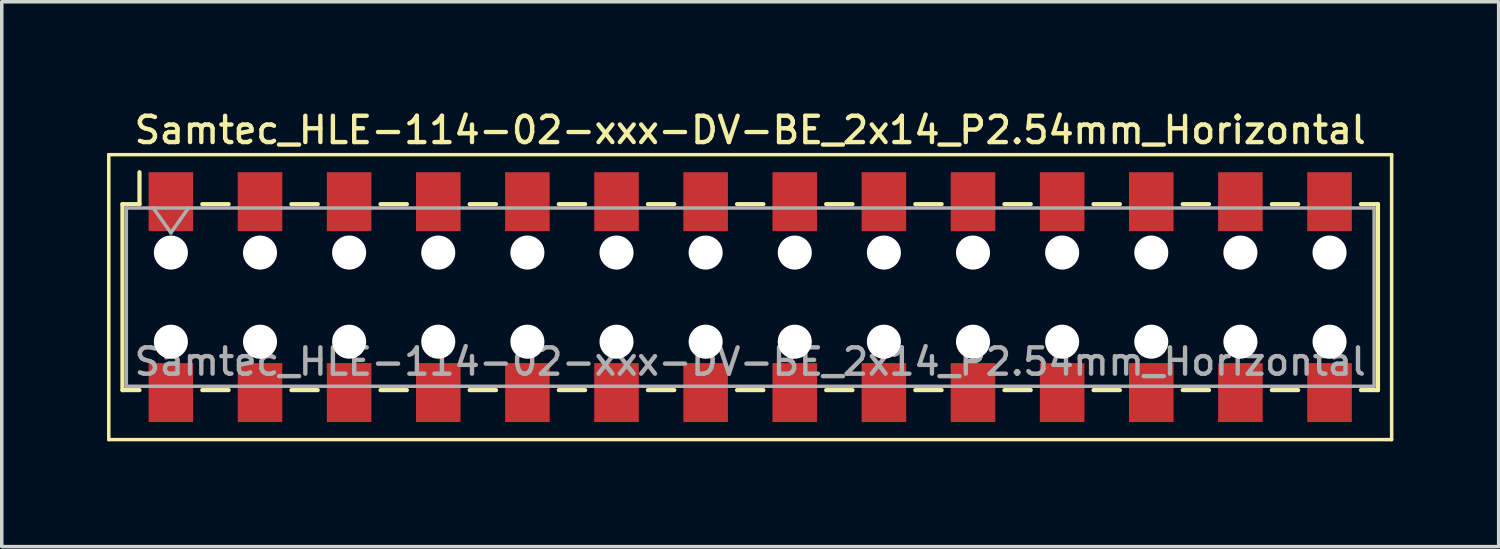
<source format=kicad_pcb>
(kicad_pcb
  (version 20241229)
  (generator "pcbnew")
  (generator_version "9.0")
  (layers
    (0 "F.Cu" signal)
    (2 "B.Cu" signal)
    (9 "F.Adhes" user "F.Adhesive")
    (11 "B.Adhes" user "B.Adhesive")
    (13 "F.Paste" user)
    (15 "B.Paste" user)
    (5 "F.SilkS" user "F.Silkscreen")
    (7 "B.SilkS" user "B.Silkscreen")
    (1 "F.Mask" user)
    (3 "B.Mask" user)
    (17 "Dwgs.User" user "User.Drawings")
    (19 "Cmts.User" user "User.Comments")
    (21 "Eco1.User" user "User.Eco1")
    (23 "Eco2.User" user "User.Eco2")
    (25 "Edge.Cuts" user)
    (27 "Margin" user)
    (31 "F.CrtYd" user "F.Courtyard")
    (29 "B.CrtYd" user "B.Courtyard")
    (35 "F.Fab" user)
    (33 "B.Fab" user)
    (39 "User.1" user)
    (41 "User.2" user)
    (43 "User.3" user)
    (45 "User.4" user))
  (footprint "Samtec_HLE-114-02-xxx-DV-BE_2x14_P2.54mm_Horizontal"
    (layer "F.Cu")
    (at 18.33 5.418)
    (property "Reference" "Samtec_HLE-114-02-xxx-DV-BE_2x14_P2.54mm_Horizontal" (at 0 -4.76 0) (layer "F.SilkS") (effects (font (size 0.75 0.75) (thickness 0.125))))
    (attr smd)
    (fp_line (start -18.28 -4.06) (end 18.28 -4.06) (stroke (width 0.1) (type solid)) (layer "F.SilkS"))
    (fp_line (start -18.28 4.06) (end -18.28 -4.06) (stroke (width 0.1) (type solid)) (layer "F.SilkS"))
    (fp_line (start -17.89 -2.65) (end -17.89 2.65) (stroke (width 0.12) (type solid)) (layer "F.SilkS"))
    (fp_line (start -17.89 2.65) (end -17.405 2.65) (stroke (width 0.12) (type solid)) (layer "F.SilkS"))
    (fp_line (start -17.405 -3.56) (end -17.405 -2.65) (stroke (width 0.12) (type solid)) (layer "F.SilkS"))
    (fp_line (start -17.405 -2.65) (end -17.89 -2.65) (stroke (width 0.12) (type solid)) (layer "F.SilkS"))
    (fp_line (start -15.615 -2.65) (end -14.865 -2.65) (stroke (width 0.12) (type solid)) (layer "F.SilkS"))
    (fp_line (start -15.615 2.65) (end -14.865 2.65) (stroke (width 0.12) (type solid)) (layer "F.SilkS"))
    (fp_line (start -13.075 -2.65) (end -12.325 -2.65) (stroke (width 0.12) (type solid)) (layer "F.SilkS"))
    (fp_line (start -13.075 2.65) (end -12.325 2.65) (stroke (width 0.12) (type solid)) (layer "F.SilkS"))
    (fp_line (start -10.535 -2.65) (end -9.785 -2.65) (stroke (width 0.12) (type solid)) (layer "F.SilkS"))
    (fp_line (start -10.535 2.65) (end -9.785 2.65) (stroke (width 0.12) (type solid)) (layer "F.SilkS"))
    (fp_line (start -7.995 -2.65) (end -7.245 -2.65) (stroke (width 0.12) (type solid)) (layer "F.SilkS"))
    (fp_line (start -7.995 2.65) (end -7.245 2.65) (stroke (width 0.12) (type solid)) (layer "F.SilkS"))
    (fp_line (start -5.455 -2.65) (end -4.705 -2.65) (stroke (width 0.12) (type solid)) (layer "F.SilkS"))
    (fp_line (start -5.455 2.65) (end -4.705 2.65) (stroke (width 0.12) (type solid)) (layer "F.SilkS"))
    (fp_line (start -2.915 -2.65) (end -2.165 -2.65) (stroke (width 0.12) (type solid)) (layer "F.SilkS"))
    (fp_line (start -2.915 2.65) (end -2.165 2.65) (stroke (width 0.12) (type solid)) (layer "F.SilkS"))
    (fp_line (start -0.375 -2.65) (end 0.375 -2.65) (stroke (width 0.12) (type solid)) (layer "F.SilkS"))
    (fp_line (start -0.375 2.65) (end 0.375 2.65) (stroke (width 0.12) (type solid)) (layer "F.SilkS"))
    (fp_line (start 2.165 -2.65) (end 2.915 -2.65) (stroke (width 0.12) (type solid)) (layer "F.SilkS"))
    (fp_line (start 2.165 2.65) (end 2.915 2.65) (stroke (width 0.12) (type solid)) (layer "F.SilkS"))
    (fp_line (start 4.705 -2.65) (end 5.455 -2.65) (stroke (width 0.12) (type solid)) (layer "F.SilkS"))
    (fp_line (start 4.705 2.65) (end 5.455 2.65) (stroke (width 0.12) (type solid)) (layer "F.SilkS"))
    (fp_line (start 7.245 -2.65) (end 7.995 -2.65) (stroke (width 0.12) (type solid)) (layer "F.SilkS"))
    (fp_line (start 7.245 2.65) (end 7.995 2.65) (stroke (width 0.12) (type solid)) (layer "F.SilkS"))
    (fp_line (start 9.785 -2.65) (end 10.535 -2.65) (stroke (width 0.12) (type solid)) (layer "F.SilkS"))
    (fp_line (start 9.785 2.65) (end 10.535 2.65) (stroke (width 0.12) (type solid)) (layer "F.SilkS"))
    (fp_line (start 12.325 -2.65) (end 13.075 -2.65) (stroke (width 0.12) (type solid)) (layer "F.SilkS"))
    (fp_line (start 12.325 2.65) (end 13.075 2.65) (stroke (width 0.12) (type solid)) (layer "F.SilkS"))
    (fp_line (start 14.865 -2.65) (end 15.615 -2.65) (stroke (width 0.12) (type solid)) (layer "F.SilkS"))
    (fp_line (start 14.865 2.65) (end 15.615 2.65) (stroke (width 0.12) (type solid)) (layer "F.SilkS"))
    (fp_line (start 17.405 -2.65) (end 17.89 -2.65) (stroke (width 0.12) (type solid)) (layer "F.SilkS"))
    (fp_line (start 17.89 -2.65) (end 17.89 2.65) (stroke (width 0.12) (type solid)) (layer "F.SilkS"))
    (fp_line (start 17.89 2.65) (end 17.405 2.65) (stroke (width 0.12) (type solid)) (layer "F.SilkS"))
    (fp_line (start 18.28 -4.06) (end 18.28 4.06) (stroke (width 0.1) (type solid)) (layer "F.SilkS"))
    (fp_line (start 18.28 4.06) (end -18.28 4.06) (stroke (width 0.1) (type solid)) (layer "F.SilkS"))
    (fp_line (start -17.78 -2.54) (end 17.78 -2.54) (stroke (width 0.1) (type solid)) (layer "F.Fab"))
    (fp_line (start -17.78 2.54) (end -17.78 -2.54) (stroke (width 0.1) (type solid)) (layer "F.Fab"))
    (fp_line (start -17.01 -2.54) (end -16.51 -1.833) (stroke (width 0.1) (type solid)) (layer "F.Fab"))
    (fp_line (start -16.51 -1.833) (end -16.01 -2.54) (stroke (width 0.1) (type solid)) (layer "F.Fab"))
    (fp_line (start 17.78 -2.54) (end 17.78 2.54) (stroke (width 0.1) (type solid)) (layer "F.Fab"))
    (fp_line (start 17.78 2.54) (end -17.78 2.54) (stroke (width 0.1) (type solid)) (layer "F.Fab"))
    (fp_text user "${REFERENCE}" (at 0 1.84 0) (layer "F.Fab") (effects (font (size 0.75 0.75) (thickness 0.125))))
    (pad "" np_thru_hole circle (at -16.51 -1.27) (size 0.97 0.97) (drill 0.97) (layers "*.Cu" "*.Mask"))
    (pad "" np_thru_hole circle (at -16.51 1.27) (size 0.97 0.97) (drill 0.97) (layers "*.Cu" "*.Mask"))
    (pad "" np_thru_hole circle (at -13.97 -1.27) (size 0.97 0.97) (drill 0.97) (layers "*.Cu" "*.Mask"))
    (pad "" np_thru_hole circle (at -13.97 1.27) (size 0.97 0.97) (drill 0.97) (layers "*.Cu" "*.Mask"))
    (pad "" np_thru_hole circle (at -11.43 -1.27) (size 0.97 0.97) (drill 0.97) (layers "*.Cu" "*.Mask"))
    (pad "" np_thru_hole circle (at -11.43 1.27) (size 0.97 0.97) (drill 0.97) (layers "*.Cu" "*.Mask"))
    (pad "" np_thru_hole circle (at -8.89 -1.27) (size 0.97 0.97) (drill 0.97) (layers "*.Cu" "*.Mask"))
    (pad "" np_thru_hole circle (at -8.89 1.27) (size 0.97 0.97) (drill 0.97) (layers "*.Cu" "*.Mask"))
    (pad "" np_thru_hole circle (at -6.35 -1.27) (size 0.97 0.97) (drill 0.97) (layers "*.Cu" "*.Mask"))
    (pad "" np_thru_hole circle (at -6.35 1.27) (size 0.97 0.97) (drill 0.97) (layers "*.Cu" "*.Mask"))
    (pad "" np_thru_hole circle (at -3.81 -1.27) (size 0.97 0.97) (drill 0.97) (layers "*.Cu" "*.Mask"))
    (pad "" np_thru_hole circle (at -3.81 1.27) (size 0.97 0.97) (drill 0.97) (layers "*.Cu" "*.Mask"))
    (pad "" np_thru_hole circle (at -1.27 -1.27) (size 0.97 0.97) (drill 0.97) (layers "*.Cu" "*.Mask"))
    (pad "" np_thru_hole circle (at -1.27 1.27) (size 0.97 0.97) (drill 0.97) (layers "*.Cu" "*.Mask"))
    (pad "" np_thru_hole circle (at 1.27 -1.27) (size 0.97 0.97) (drill 0.97) (layers "*.Cu" "*.Mask"))
    (pad "" np_thru_hole circle (at 1.27 1.27) (size 0.97 0.97) (drill 0.97) (layers "*.Cu" "*.Mask"))
    (pad "" np_thru_hole circle (at 3.81 -1.27) (size 0.97 0.97) (drill 0.97) (layers "*.Cu" "*.Mask"))
    (pad "" np_thru_hole circle (at 3.81 1.27) (size 0.97 0.97) (drill 0.97) (layers "*.Cu" "*.Mask"))
    (pad "" np_thru_hole circle (at 6.35 -1.27) (size 0.97 0.97) (drill 0.97) (layers "*.Cu" "*.Mask"))
    (pad "" np_thru_hole circle (at 6.35 1.27) (size 0.97 0.97) (drill 0.97) (layers "*.Cu" "*.Mask"))
    (pad "" np_thru_hole circle (at 8.89 -1.27) (size 0.97 0.97) (drill 0.97) (layers "*.Cu" "*.Mask"))
    (pad "" np_thru_hole circle (at 8.89 1.27) (size 0.97 0.97) (drill 0.97) (layers "*.Cu" "*.Mask"))
    (pad "" np_thru_hole circle (at 11.43 -1.27) (size 0.97 0.97) (drill 0.97) (layers "*.Cu" "*.Mask"))
    (pad "" np_thru_hole circle (at 11.43 1.27) (size 0.97 0.97) (drill 0.97) (layers "*.Cu" "*.Mask"))
    (pad "" np_thru_hole circle (at 13.97 -1.27) (size 0.97 0.97) (drill 0.97) (layers "*.Cu" "*.Mask"))
    (pad "" np_thru_hole circle (at 13.97 1.27) (size 0.97 0.97) (drill 0.97) (layers "*.Cu" "*.Mask"))
    (pad "" np_thru_hole circle (at 16.51 -1.27) (size 0.97 0.97) (drill 0.97) (layers "*.Cu" "*.Mask"))
    (pad "" np_thru_hole circle (at 16.51 1.27) (size 0.97 0.97) (drill 0.97) (layers "*.Cu" "*.Mask"))
    (pad "1" smd rect (at -16.51 -2.72) (size 1.27 1.68) (layers "F.Cu" "F.Mask" "F.Paste"))
    (pad "2" smd rect (at -16.51 2.72) (size 1.27 1.68) (layers "F.Cu" "F.Mask" "F.Paste"))
    (pad "3" smd rect (at -13.97 -2.72) (size 1.27 1.68) (layers "F.Cu" "F.Mask" "F.Paste"))
    (pad "4" smd rect (at -13.97 2.72) (size 1.27 1.68) (layers "F.Cu" "F.Mask" "F.Paste"))
    (pad "5" smd rect (at -11.43 -2.72) (size 1.27 1.68) (layers "F.Cu" "F.Mask" "F.Paste"))
    (pad "6" smd rect (at -11.43 2.72) (size 1.27 1.68) (layers "F.Cu" "F.Mask" "F.Paste"))
    (pad "7" smd rect (at -8.89 -2.72) (size 1.27 1.68) (layers "F.Cu" "F.Mask" "F.Paste"))
    (pad "8" smd rect (at -8.89 2.72) (size 1.27 1.68) (layers "F.Cu" "F.Mask" "F.Paste"))
    (pad "9" smd rect (at -6.35 -2.72) (size 1.27 1.68) (layers "F.Cu" "F.Mask" "F.Paste"))
    (pad "10" smd rect (at -6.35 2.72) (size 1.27 1.68) (layers "F.Cu" "F.Mask" "F.Paste"))
    (pad "11" smd rect (at -3.81 -2.72) (size 1.27 1.68) (layers "F.Cu" "F.Mask" "F.Paste"))
    (pad "12" smd rect (at -3.81 2.72) (size 1.27 1.68) (layers "F.Cu" "F.Mask" "F.Paste"))
    (pad "13" smd rect (at -1.27 -2.72) (size 1.27 1.68) (layers "F.Cu" "F.Mask" "F.Paste"))
    (pad "14" smd rect (at -1.27 2.72) (size 1.27 1.68) (layers "F.Cu" "F.Mask" "F.Paste"))
    (pad "15" smd rect (at 1.27 -2.72) (size 1.27 1.68) (layers "F.Cu" "F.Mask" "F.Paste"))
    (pad "16" smd rect (at 1.27 2.72) (size 1.27 1.68) (layers "F.Cu" "F.Mask" "F.Paste"))
    (pad "17" smd rect (at 3.81 -2.72) (size 1.27 1.68) (layers "F.Cu" "F.Mask" "F.Paste"))
    (pad "18" smd rect (at 3.81 2.72) (size 1.27 1.68) (layers "F.Cu" "F.Mask" "F.Paste"))
    (pad "19" smd rect (at 6.35 -2.72) (size 1.27 1.68) (layers "F.Cu" "F.Mask" "F.Paste"))
    (pad "20" smd rect (at 6.35 2.72) (size 1.27 1.68) (layers "F.Cu" "F.Mask" "F.Paste"))
    (pad "21" smd rect (at 8.89 -2.72) (size 1.27 1.68) (layers "F.Cu" "F.Mask" "F.Paste"))
    (pad "22" smd rect (at 8.89 2.72) (size 1.27 1.68) (layers "F.Cu" "F.Mask" "F.Paste"))
    (pad "23" smd rect (at 11.43 -2.72) (size 1.27 1.68) (layers "F.Cu" "F.Mask" "F.Paste"))
    (pad "24" smd rect (at 11.43 2.72) (size 1.27 1.68) (layers "F.Cu" "F.Mask" "F.Paste"))
    (pad "25" smd rect (at 13.97 -2.72) (size 1.27 1.68) (layers "F.Cu" "F.Mask" "F.Paste"))
    (pad "26" smd rect (at 13.97 2.72) (size 1.27 1.68) (layers "F.Cu" "F.Mask" "F.Paste"))
    (pad "27" smd rect (at 16.51 -2.72) (size 1.27 1.68) (layers "F.Cu" "F.Mask" "F.Paste"))
    (pad "28" smd rect (at 16.51 2.72) (size 1.27 1.68) (layers "F.Cu" "F.Mask" "F.Paste")))
  (gr_rect
    (start -3 -3)
    (end 39.66 12.528)
    (stroke (width 0.1) (type default))
    (fill no)
    (layer "Edge.Cuts")))
</source>
